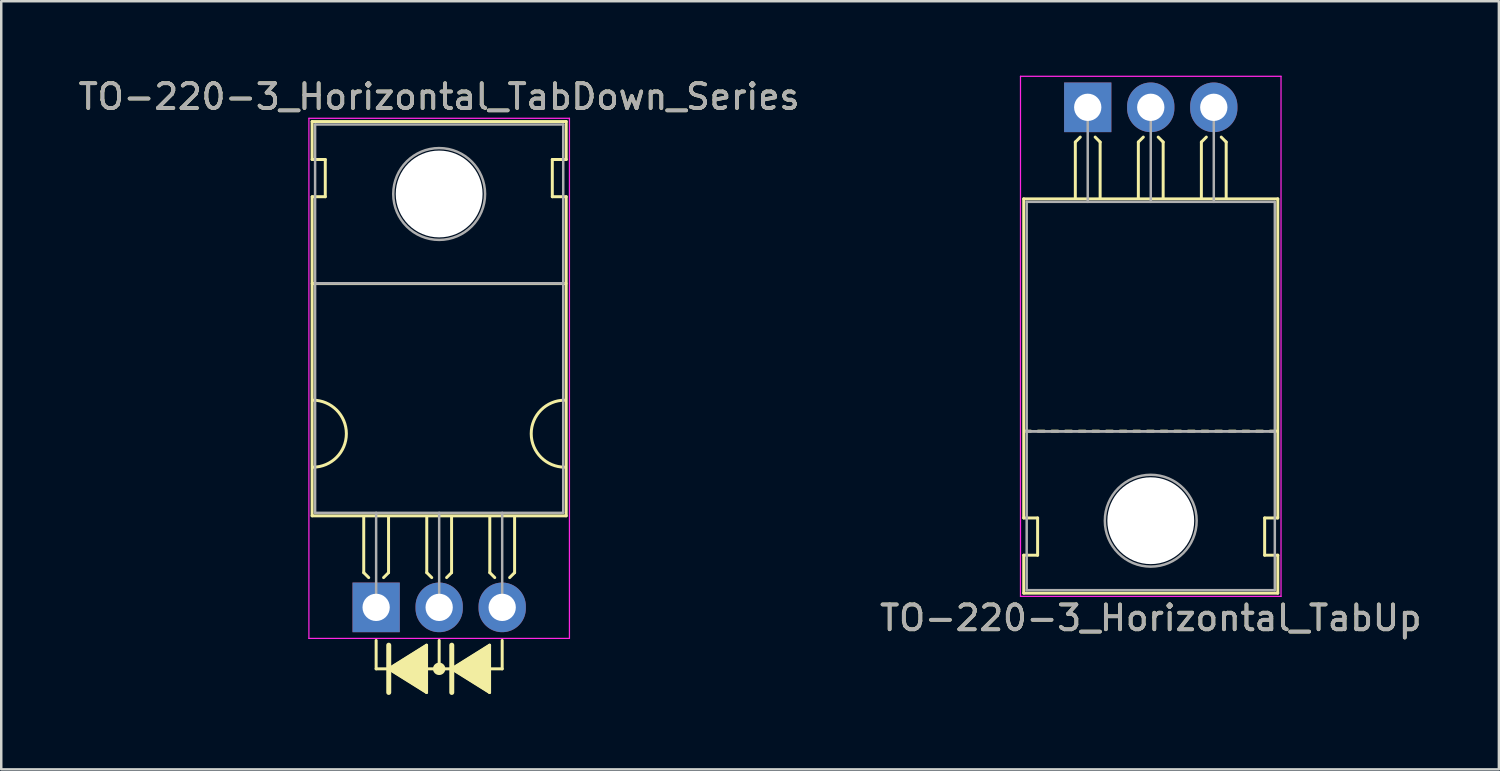
<source format=kicad_pcb>
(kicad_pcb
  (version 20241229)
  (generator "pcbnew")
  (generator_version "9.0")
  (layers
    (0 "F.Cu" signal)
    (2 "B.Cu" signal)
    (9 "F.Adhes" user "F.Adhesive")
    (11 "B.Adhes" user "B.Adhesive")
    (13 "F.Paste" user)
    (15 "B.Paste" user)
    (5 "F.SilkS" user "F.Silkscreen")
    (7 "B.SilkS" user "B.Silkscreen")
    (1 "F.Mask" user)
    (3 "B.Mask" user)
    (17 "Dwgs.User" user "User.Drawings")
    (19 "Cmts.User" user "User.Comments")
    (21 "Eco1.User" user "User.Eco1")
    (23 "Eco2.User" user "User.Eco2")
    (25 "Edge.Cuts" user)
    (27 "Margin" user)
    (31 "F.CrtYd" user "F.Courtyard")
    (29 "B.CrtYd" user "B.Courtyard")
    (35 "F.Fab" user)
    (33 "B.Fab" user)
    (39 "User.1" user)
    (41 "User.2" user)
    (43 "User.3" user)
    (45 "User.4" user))
  (footprint "TO-220-3_Horizontal_TabDown_Series"
    (layer "F.Cu")
    (at 12.109 21.428)
    (property "Reference" "TO-220-3_Horizontal_TabDown_Series" (at 2.54 -20.58 0) (layer "F.SilkS") (effects (font (size 1 1) (thickness 0.15))))
    (attr through_hole)
    (fp_line (start -2.58 -19.58) (end -2.58 -18.05) (stroke (width 0.12) (type solid)) (layer "F.SilkS"))
    (fp_line (start -2.58 -19.58) (end 7.66 -19.58) (stroke (width 0.12) (type solid)) (layer "F.SilkS"))
    (fp_line (start -2.58 -18.05) (end -2.05 -18.05) (stroke (width 0.12) (type solid)) (layer "F.SilkS"))
    (fp_line (start -2.58 -16.55) (end -2.58 -3.69) (stroke (width 0.12) (type solid)) (layer "F.SilkS"))
    (fp_line (start -2.58 -3.69) (end 7.66 -3.69) (stroke (width 0.12) (type solid)) (layer "F.SilkS"))
    (fp_line (start -2.575 -13.05) (end 7.65 -13.05) (stroke (width 0.12) (type solid)) (layer "F.SilkS"))
    (fp_line (start -2.05 -18.05) (end -2.05 -16.55) (stroke (width 0.12) (type solid)) (layer "F.SilkS"))
    (fp_line (start -2.05 -16.55) (end -2.575 -16.55) (stroke (width 0.12) (type solid)) (layer "F.SilkS"))
    (fp_line (start -0.5 -3.65) (end -0.5 -1.4) (stroke (width 0.12) (type solid)) (layer "F.SilkS"))
    (fp_line (start -0.5 -1.4) (end -0.3 -1.2) (stroke (width 0.12) (type solid)) (layer "F.SilkS"))
    (fp_line (start 0 1.333) (end 0 2.477) (stroke (width 0.12) (type solid)) (layer "F.SilkS"))
    (fp_line (start 0 2.477) (end 0.508 2.477) (stroke (width 0.12) (type solid)) (layer "F.SilkS"))
    (fp_line (start 0.5 -3.65) (end 0.5 -1.4) (stroke (width 0.12) (type solid)) (layer "F.SilkS"))
    (fp_line (start 0.5 -1.4) (end 0.3 -1.2) (stroke (width 0.12) (type solid)) (layer "F.SilkS"))
    (fp_line (start 0.508 1.524) (end 0.508 3.429) (stroke (width 0.2) (type solid)) (layer "F.SilkS"))
    (fp_line (start 0.508 2.477) (end 2.032 1.524) (stroke (width 0.12) (type solid)) (layer "F.SilkS"))
    (fp_line (start 0.508 2.477) (end 2.032 3.429) (stroke (width 0.12) (type solid)) (layer "F.SilkS"))
    (fp_line (start 2.032 1.714) (end 2.032 1.524) (stroke (width 0.12) (type solid)) (layer "F.SilkS"))
    (fp_line (start 2.032 3.429) (end 2.032 1.714) (stroke (width 0.12) (type solid)) (layer "F.SilkS"))
    (fp_line (start 2.04 -3.65) (end 2.04 -1.4) (stroke (width 0.12) (type solid)) (layer "F.SilkS"))
    (fp_line (start 2.04 -1.4) (end 2.24 -1.2) (stroke (width 0.12) (type solid)) (layer "F.SilkS"))
    (fp_line (start 2.54 1.333) (end 2.54 2.477) (stroke (width 0.12) (type solid)) (layer "F.SilkS"))
    (fp_line (start 2.54 2.477) (end 2.032 2.477) (stroke (width 0.12) (type solid)) (layer "F.SilkS"))
    (fp_line (start 2.54 2.477) (end 3.048 2.477) (stroke (width 0.12) (type solid)) (layer "F.SilkS"))
    (fp_line (start 3.04 -3.65) (end 3.04 -1.4) (stroke (width 0.12) (type solid)) (layer "F.SilkS"))
    (fp_line (start 3.04 -1.4) (end 2.84 -1.2) (stroke (width 0.12) (type solid)) (layer "F.SilkS"))
    (fp_line (start 3.048 1.524) (end 3.048 3.429) (stroke (width 0.2) (type solid)) (layer "F.SilkS"))
    (fp_line (start 3.048 2.477) (end 4.572 3.429) (stroke (width 0.12) (type solid)) (layer "F.SilkS"))
    (fp_line (start 4.572 1.524) (end 3.048 2.477) (stroke (width 0.12) (type solid)) (layer "F.SilkS"))
    (fp_line (start 4.572 3.429) (end 4.572 1.524) (stroke (width 0.12) (type solid)) (layer "F.SilkS"))
    (fp_line (start 4.58 -3.65) (end 4.58 -1.4) (stroke (width 0.12) (type solid)) (layer "F.SilkS"))
    (fp_line (start 4.58 -1.4) (end 4.78 -1.2) (stroke (width 0.12) (type solid)) (layer "F.SilkS"))
    (fp_line (start 5.08 1.333) (end 5.08 2.477) (stroke (width 0.12) (type solid)) (layer "F.SilkS"))
    (fp_line (start 5.08 2.477) (end 4.572 2.477) (stroke (width 0.12) (type solid)) (layer "F.SilkS"))
    (fp_line (start 5.58 -3.65) (end 5.58 -1.4) (stroke (width 0.12) (type solid)) (layer "F.SilkS"))
    (fp_line (start 5.58 -1.4) (end 5.38 -1.2) (stroke (width 0.12) (type solid)) (layer "F.SilkS"))
    (fp_line (start 7.1 -18.05) (end 7.66 -18.05) (stroke (width 0.12) (type solid)) (layer "F.SilkS"))
    (fp_line (start 7.1 -16.55) (end 7.1 -18.05) (stroke (width 0.12) (type solid)) (layer "F.SilkS"))
    (fp_line (start 7.66 -19.58) (end 7.66 -18.05) (stroke (width 0.12) (type solid)) (layer "F.SilkS"))
    (fp_line (start 7.66 -16.55) (end 7.1 -16.55) (stroke (width 0.12) (type solid)) (layer "F.SilkS"))
    (fp_line (start 7.66 -16.55) (end 7.66 -3.69) (stroke (width 0.12) (type solid)) (layer "F.SilkS"))
    (fp_arc (start -2.55 -8.35) (mid -1.2 -7) (end -2.55 -5.65) (stroke (width 0.12) (type solid)) (layer "F.SilkS"))
    (fp_arc (start 7.6 -5.65) (mid 6.25 -7) (end 7.6 -8.35) (stroke (width 0.12) (type solid)) (layer "F.SilkS"))
    (fp_circle (center 2.54 2.477) (end 2.54 2.54) (stroke (width 0.12) (type solid)) (fill no) (layer "F.SilkS"))
    (fp_circle (center 2.54 2.477) (end 2.54 2.603) (stroke (width 0.12) (type solid)) (fill no) (layer "F.SilkS"))
    (fp_circle (center 2.54 2.477) (end 2.54 2.667) (stroke (width 0.12) (type solid)) (fill no) (layer "F.SilkS"))
    (fp_poly (pts (xy 0.508 2.477) (xy 2.032 1.524) (xy 2.032 3.429)) (stroke (width 0.1) (type solid)) (fill yes) (layer "F.SilkS"))
    (fp_poly (pts (xy 4.572 3.429) (xy 3.048 2.477) (xy 4.572 1.524)) (stroke (width 0.1) (type solid)) (fill yes) (layer "F.SilkS"))
    (fp_line (start -2.71 -19.71) (end -2.71 1.25) (stroke (width 0.05) (type solid)) (layer "F.CrtYd"))
    (fp_line (start -2.71 1.25) (end 7.79 1.25) (stroke (width 0.05) (type solid)) (layer "F.CrtYd"))
    (fp_line (start 7.79 -19.71) (end -2.71 -19.71) (stroke (width 0.05) (type solid)) (layer "F.CrtYd"))
    (fp_line (start 7.79 1.25) (end 7.79 -19.71) (stroke (width 0.05) (type solid)) (layer "F.CrtYd"))
    (fp_line (start -2.46 -19.46) (end 7.54 -19.46) (stroke (width 0.1) (type solid)) (layer "F.Fab"))
    (fp_line (start -2.46 -13.06) (end -2.46 -19.46) (stroke (width 0.1) (type solid)) (layer "F.Fab"))
    (fp_line (start -2.46 -13.06) (end 7.54 -13.06) (stroke (width 0.1) (type solid)) (layer "F.Fab"))
    (fp_line (start -2.46 -3.81) (end -2.46 -13.06) (stroke (width 0.1) (type solid)) (layer "F.Fab"))
    (fp_line (start 0 -3.81) (end 0 0) (stroke (width 0.1) (type solid)) (layer "F.Fab"))
    (fp_line (start 2.54 -3.81) (end 2.54 0) (stroke (width 0.1) (type solid)) (layer "F.Fab"))
    (fp_line (start 5.08 -3.81) (end 5.08 0) (stroke (width 0.1) (type solid)) (layer "F.Fab"))
    (fp_line (start 7.54 -19.46) (end 7.54 -13.06) (stroke (width 0.1) (type solid)) (layer "F.Fab"))
    (fp_line (start 7.54 -13.06) (end -2.46 -13.06) (stroke (width 0.1) (type solid)) (layer "F.Fab"))
    (fp_line (start 7.54 -13.06) (end 7.54 -3.81) (stroke (width 0.1) (type solid)) (layer "F.Fab"))
    (fp_line (start 7.54 -3.81) (end -2.46 -3.81) (stroke (width 0.1) (type solid)) (layer "F.Fab"))
    (fp_circle (center 2.54 -16.66) (end 4.39 -16.66) (stroke (width 0.1) (type solid)) (fill no) (layer "F.Fab"))
    (fp_text user "${REFERENCE}" (at 2.54 -20.58 0) (layer "F.Fab") (effects (font (size 1 1) (thickness 0.15))))
    (pad "" np_thru_hole oval (at 2.54 -16.66) (size 3.5 3.5) (drill 3.5) (layers "*.Cu" "*.Mask"))
    (pad "1" thru_hole rect (at 0 0) (size 1.905 2) (drill 1.1) (layers "*.Cu" "*.Mask"))
    (pad "2" thru_hole oval (at 2.54 0) (size 1.905 2) (drill 1.1) (layers "*.Cu" "*.Mask"))
    (pad "3" thru_hole oval (at 5.08 0) (size 1.905 2) (drill 1.1) (layers "*.Cu" "*.Mask")))
  (footprint "TO-220-3_Horizontal_TabUp"
    (layer "F.Cu")
    (at 40.787 1.275)
    (property "Reference" "TO-220-3_Horizontal_TabUp" (at 2.54 20.58 0) (layer "F.SilkS") (effects (font (size 1 1) (thickness 0.15))))
    (attr through_hole)
    (fp_line (start -2.58 16.55) (end -2.58 3.69) (stroke (width 0.12) (type solid)) (layer "F.SilkS"))
    (fp_line (start -2.58 16.55) (end -2.02 16.55) (stroke (width 0.12) (type solid)) (layer "F.SilkS"))
    (fp_line (start -2.58 19.58) (end -2.58 18.05) (stroke (width 0.12) (type solid)) (layer "F.SilkS"))
    (fp_line (start -2.3 13.05) (end -2.55 13.05) (stroke (width 0.12) (type solid)) (layer "F.SilkS"))
    (fp_line (start -2.02 16.55) (end -2.02 18.05) (stroke (width 0.12) (type solid)) (layer "F.SilkS"))
    (fp_line (start -2.02 18.05) (end -2.58 18.05) (stroke (width 0.12) (type solid)) (layer "F.SilkS"))
    (fp_line (start -1.75 13.05) (end -2 13.05) (stroke (width 0.12) (type solid)) (layer "F.SilkS"))
    (fp_line (start -1.2 13.05) (end -1.45 13.05) (stroke (width 0.12) (type solid)) (layer "F.SilkS"))
    (fp_line (start -0.65 13.05) (end -0.9 13.05) (stroke (width 0.12) (type solid)) (layer "F.SilkS"))
    (fp_line (start -0.5 1.4) (end -0.3 1.2) (stroke (width 0.12) (type solid)) (layer "F.SilkS"))
    (fp_line (start -0.5 3.65) (end -0.5 1.4) (stroke (width 0.12) (type solid)) (layer "F.SilkS"))
    (fp_line (start -0.1 13.05) (end -0.35 13.05) (stroke (width 0.12) (type solid)) (layer "F.SilkS"))
    (fp_line (start 0.45 13.05) (end 0.2 13.05) (stroke (width 0.12) (type solid)) (layer "F.SilkS"))
    (fp_line (start 0.5 1.4) (end 0.3 1.2) (stroke (width 0.12) (type solid)) (layer "F.SilkS"))
    (fp_line (start 0.5 3.65) (end 0.5 1.4) (stroke (width 0.12) (type solid)) (layer "F.SilkS"))
    (fp_line (start 1 13.05) (end 0.75 13.05) (stroke (width 0.12) (type solid)) (layer "F.SilkS"))
    (fp_line (start 1.55 13.05) (end 1.3 13.05) (stroke (width 0.12) (type solid)) (layer "F.SilkS"))
    (fp_line (start 2.04 1.4) (end 2.24 1.2) (stroke (width 0.12) (type solid)) (layer "F.SilkS"))
    (fp_line (start 2.04 3.65) (end 2.04 1.4) (stroke (width 0.12) (type solid)) (layer "F.SilkS"))
    (fp_line (start 2.1 13.05) (end 1.85 13.05) (stroke (width 0.12) (type solid)) (layer "F.SilkS"))
    (fp_line (start 2.65 13.05) (end 2.4 13.05) (stroke (width 0.12) (type solid)) (layer "F.SilkS"))
    (fp_line (start 3.04 1.4) (end 2.84 1.2) (stroke (width 0.12) (type solid)) (layer "F.SilkS"))
    (fp_line (start 3.04 3.65) (end 3.04 1.4) (stroke (width 0.12) (type solid)) (layer "F.SilkS"))
    (fp_line (start 3.2 13.05) (end 2.95 13.05) (stroke (width 0.12) (type solid)) (layer "F.SilkS"))
    (fp_line (start 3.75 13.05) (end 3.5 13.05) (stroke (width 0.12) (type solid)) (layer "F.SilkS"))
    (fp_line (start 4.3 13.05) (end 4.05 13.05) (stroke (width 0.12) (type solid)) (layer "F.SilkS"))
    (fp_line (start 4.58 1.4) (end 4.78 1.2) (stroke (width 0.12) (type solid)) (layer "F.SilkS"))
    (fp_line (start 4.58 3.65) (end 4.58 1.4) (stroke (width 0.12) (type solid)) (layer "F.SilkS"))
    (fp_line (start 4.85 13.05) (end 4.6 13.05) (stroke (width 0.12) (type solid)) (layer "F.SilkS"))
    (fp_line (start 5.4 13.05) (end 5.15 13.05) (stroke (width 0.12) (type solid)) (layer "F.SilkS"))
    (fp_line (start 5.58 1.4) (end 5.38 1.2) (stroke (width 0.12) (type solid)) (layer "F.SilkS"))
    (fp_line (start 5.58 3.65) (end 5.58 1.4) (stroke (width 0.12) (type solid)) (layer "F.SilkS"))
    (fp_line (start 5.95 13.05) (end 5.7 13.05) (stroke (width 0.12) (type solid)) (layer "F.SilkS"))
    (fp_line (start 6.5 13.05) (end 6.25 13.05) (stroke (width 0.12) (type solid)) (layer "F.SilkS"))
    (fp_line (start 7.05 13.05) (end 6.8 13.05) (stroke (width 0.12) (type solid)) (layer "F.SilkS"))
    (fp_line (start 7.13 16.55) (end 7.655 16.55) (stroke (width 0.12) (type solid)) (layer "F.SilkS"))
    (fp_line (start 7.13 18.05) (end 7.13 16.55) (stroke (width 0.12) (type solid)) (layer "F.SilkS"))
    (fp_line (start 7.6 13.05) (end 7.35 13.05) (stroke (width 0.12) (type solid)) (layer "F.SilkS"))
    (fp_line (start 7.66 3.69) (end -2.58 3.69) (stroke (width 0.12) (type solid)) (layer "F.SilkS"))
    (fp_line (start 7.66 16.55) (end 7.66 3.69) (stroke (width 0.12) (type solid)) (layer "F.SilkS"))
    (fp_line (start 7.66 18.05) (end 7.13 18.05) (stroke (width 0.12) (type solid)) (layer "F.SilkS"))
    (fp_line (start 7.66 19.58) (end -2.58 19.58) (stroke (width 0.12) (type solid)) (layer "F.SilkS"))
    (fp_line (start 7.66 19.58) (end 7.66 18.05) (stroke (width 0.12) (type solid)) (layer "F.SilkS"))
    (fp_line (start -2.71 -1.25) (end -2.71 19.71) (stroke (width 0.05) (type solid)) (layer "F.CrtYd"))
    (fp_line (start -2.71 19.71) (end 7.79 19.71) (stroke (width 0.05) (type solid)) (layer "F.CrtYd"))
    (fp_line (start 7.79 -1.25) (end -2.71 -1.25) (stroke (width 0.05) (type solid)) (layer "F.CrtYd"))
    (fp_line (start 7.79 19.71) (end 7.79 -1.25) (stroke (width 0.05) (type solid)) (layer "F.CrtYd"))
    (fp_line (start -2.46 3.81) (end -2.46 13.06) (stroke (width 0.1) (type solid)) (layer "F.Fab"))
    (fp_line (start -2.46 13.06) (end -2.46 19.46) (stroke (width 0.1) (type solid)) (layer "F.Fab"))
    (fp_line (start -2.46 13.06) (end 7.54 13.06) (stroke (width 0.1) (type solid)) (layer "F.Fab"))
    (fp_line (start -2.46 19.46) (end 7.54 19.46) (stroke (width 0.1) (type solid)) (layer "F.Fab"))
    (fp_line (start 0 3.81) (end 0 0) (stroke (width 0.1) (type solid)) (layer "F.Fab"))
    (fp_line (start 2.54 3.81) (end 2.54 0) (stroke (width 0.1) (type solid)) (layer "F.Fab"))
    (fp_line (start 5.08 3.81) (end 5.08 0) (stroke (width 0.1) (type solid)) (layer "F.Fab"))
    (fp_line (start 7.54 3.81) (end -2.46 3.81) (stroke (width 0.1) (type solid)) (layer "F.Fab"))
    (fp_line (start 7.54 13.06) (end -2.46 13.06) (stroke (width 0.1) (type solid)) (layer "F.Fab"))
    (fp_line (start 7.54 13.06) (end 7.54 3.81) (stroke (width 0.1) (type solid)) (layer "F.Fab"))
    (fp_line (start 7.54 19.46) (end 7.54 13.06) (stroke (width 0.1) (type solid)) (layer "F.Fab"))
    (fp_circle (center 2.54 16.66) (end 4.39 16.66) (stroke (width 0.1) (type solid)) (fill no) (layer "F.Fab"))
    (fp_text user "${REFERENCE}" (at 2.54 20.58 0) (layer "F.Fab") (effects (font (size 1 1) (thickness 0.15))))
    (pad "" np_thru_hole oval (at 2.54 16.66) (size 3.5 3.5) (drill 3.5) (layers "*.Cu" "*.Mask"))
    (pad "1" thru_hole rect (at 0 0) (size 1.905 2) (drill 1.1) (layers "*.Cu" "*.Mask"))
    (pad "2" thru_hole oval (at 2.54 0) (size 1.905 2) (drill 1.1) (layers "*.Cu" "*.Mask"))
    (pad "3" thru_hole oval (at 5.08 0) (size 1.905 2) (drill 1.1) (layers "*.Cu" "*.Mask")))
  (gr_rect
    (start -3 -3)
    (end 57.357 27.957)
    (stroke (width 0.1) (type default))
    (fill no)
    (layer "Edge.Cuts")))
</source>
